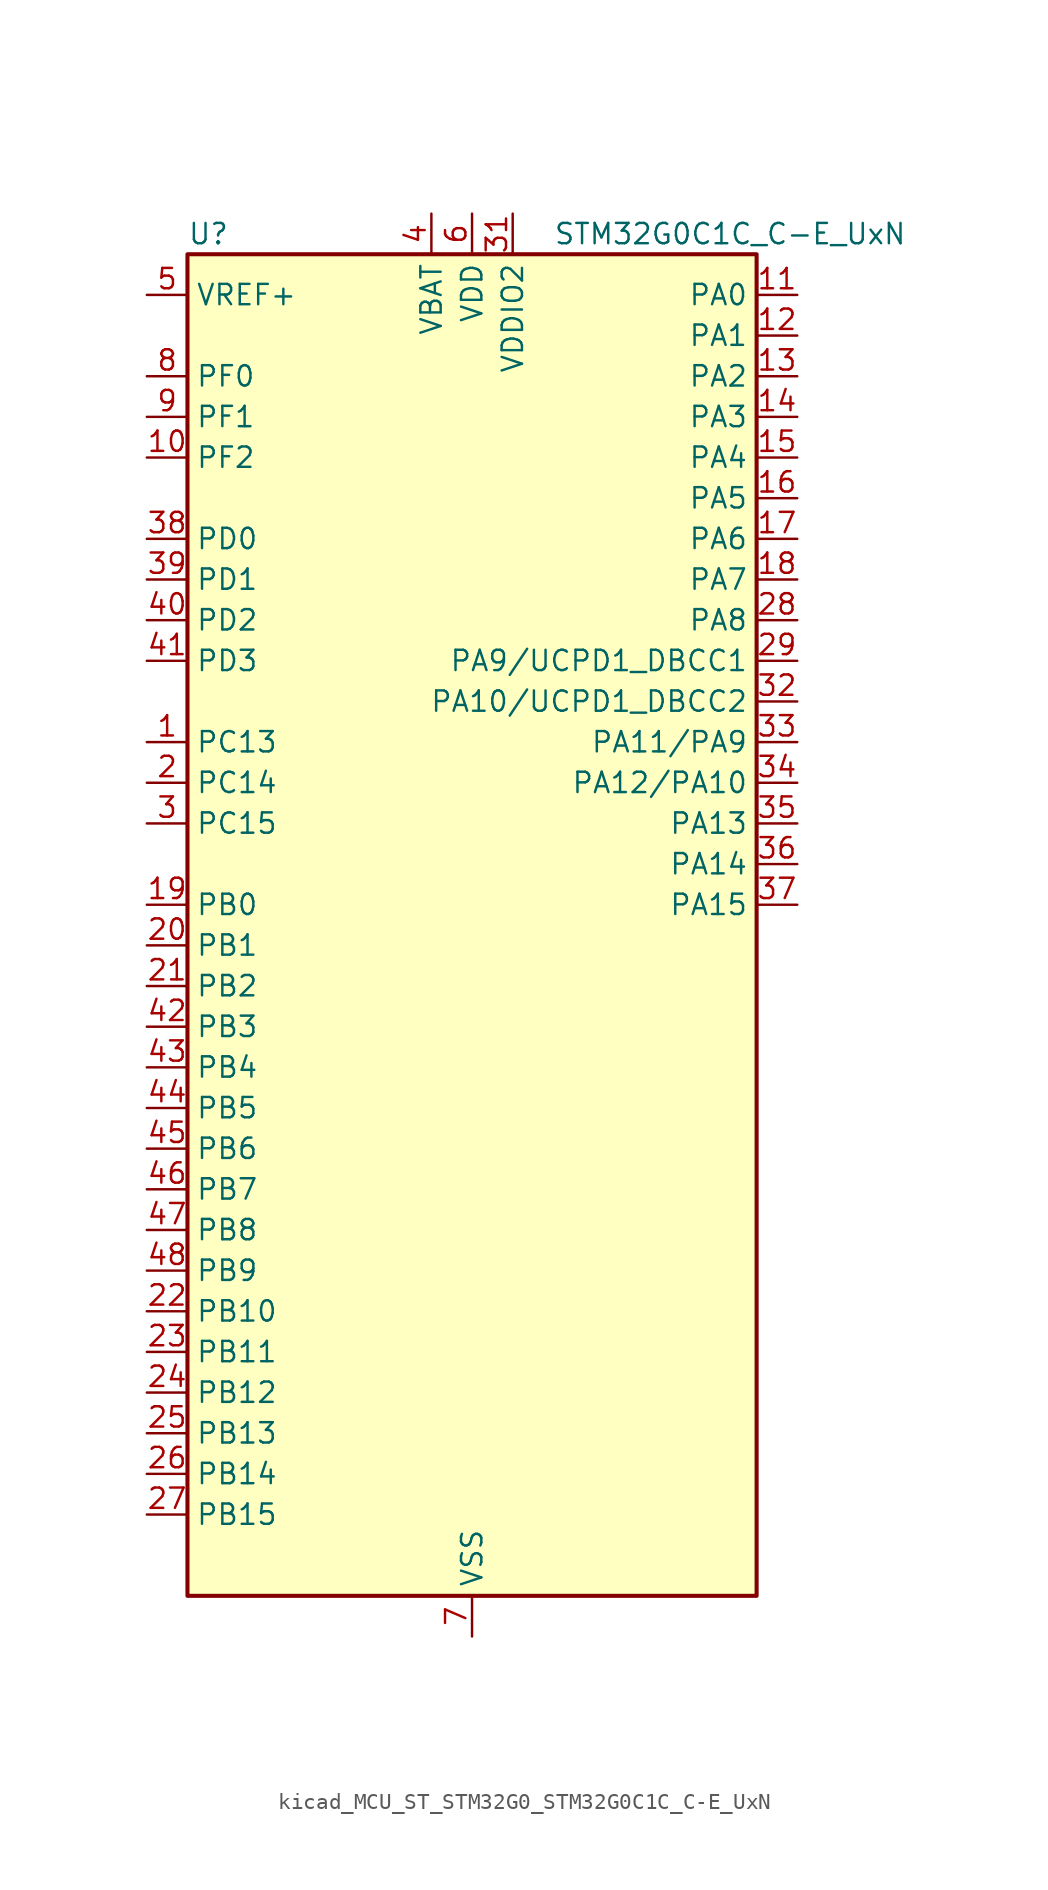
<source format=kicad_sym>
(kicad_symbol_lib
  (version 20220914)
  (generator kicad_symbol_editor)
  (symbol "kicad_MCU_ST_STM32G0_STM32G0C1C_C-E_UxN"
    (property "Reference" "U"
      (at -17.78 44.45 0)
      (effects (font (size 1.27 1.27)) (justify left)))
    (property "Value" "STM32G0C1C_C-E_UxN"
      (at 5.08 44.45 0)
      (effects (font (size 1.27 1.27)) (justify left)))
    (property "ki_locked" ""
      (at 0 0 0)
      (effects (font (size 1.27 1.27))))
    (symbol "kicad_MCU_ST_STM32G0_STM32G0C1C_C-E_UxN_0_1"
      (rectangle (start -17.78 -40.64) (end 17.78 43.18) (stroke (width 0.254) (type default)) (fill (type background))))
    (symbol "kicad_MCU_ST_STM32G0_STM32G0C1C_C-E_UxN_1_1"
      (pin bidirectional line (at -20.32 12.7 0) (length 2.54) (name "PC13" (effects (font (size 1.27 1.27)))) (number "1" (effects (font (size 1.27 1.27)))) (alternate "RTC_OUT1" bidirectional line) (alternate "RTC_TAMP_IN1" bidirectional line) (alternate "RTC_TS" bidirectional line) (alternate "SYS_WKUP2" bidirectional line) (alternate "TIM1_BK" bidirectional line))
      (pin bidirectional line (at -20.32 30.48 0) (length 2.54) (name "PF2" (effects (font (size 1.27 1.27)))) (number "10" (effects (font (size 1.27 1.27)))) (alternate "LPUART2_DE" bidirectional line) (alternate "LPUART2_RTS" bidirectional line) (alternate "LPUART2_TX" bidirectional line) (alternate "RCC_MCO" bidirectional line))
      (pin bidirectional line (at 20.32 40.64 180) (length 2.54) (name "PA0" (effects (font (size 1.27 1.27)))) (number "11" (effects (font (size 1.27 1.27)))) (alternate "ADC1_IN0" bidirectional line) (alternate "COMP1_INM" bidirectional line) (alternate "COMP1_OUT" bidirectional line) (alternate "I2S2_CK" bidirectional line) (alternate "LPTIM1_OUT" bidirectional line) (alternate "RTC_TAMP_IN2" bidirectional line) (alternate "SPI2_SCK" bidirectional line) (alternate "SYS_WKUP1" bidirectional line) (alternate "TIM2_CH1" bidirectional line) (alternate "TIM2_ETR" bidirectional line) (alternate "UCPD2_FRSTX1" bidirectional line) (alternate "UCPD2_FRSTX2" bidirectional line) (alternate "USART2_CTS" bidirectional line) (alternate "USART2_NSS" bidirectional line) (alternate "USART4_TX" bidirectional line))
      (pin bidirectional line (at 20.32 38.1 180) (length 2.54) (name "PA1" (effects (font (size 1.27 1.27)))) (number "12" (effects (font (size 1.27 1.27)))) (alternate "ADC1_IN1" bidirectional line) (alternate "COMP1_INP" bidirectional line) (alternate "I2C1_SMBA" bidirectional line) (alternate "I2S1_CK" bidirectional line) (alternate "SPI1_SCK" bidirectional line) (alternate "TIM15_CH1N" bidirectional line) (alternate "TIM2_CH2" bidirectional line) (alternate "USART2_CK" bidirectional line) (alternate "USART2_DE" bidirectional line) (alternate "USART2_RTS" bidirectional line) (alternate "USART4_RX" bidirectional line))
      (pin bidirectional line (at 20.32 35.56 180) (length 2.54) (name "PA2" (effects (font (size 1.27 1.27)))) (number "13" (effects (font (size 1.27 1.27)))) (alternate "ADC1_IN2" bidirectional line) (alternate "COMP2_INM" bidirectional line) (alternate "COMP2_OUT" bidirectional line) (alternate "I2S1_SD" bidirectional line) (alternate "LPUART1_TX" bidirectional line) (alternate "RCC_LSCO" bidirectional line) (alternate "SPI1_MOSI" bidirectional line) (alternate "SYS_WKUP4" bidirectional line) (alternate "TIM15_CH1" bidirectional line) (alternate "TIM2_CH3" bidirectional line) (alternate "UCPD1_FRSTX1" bidirectional line) (alternate "UCPD1_FRSTX2" bidirectional line) (alternate "USART2_TX" bidirectional line))
      (pin bidirectional line (at 20.32 33.02 180) (length 2.54) (name "PA3" (effects (font (size 1.27 1.27)))) (number "14" (effects (font (size 1.27 1.27)))) (alternate "ADC1_IN3" bidirectional line) (alternate "COMP2_INP" bidirectional line) (alternate "I2S2_MCK" bidirectional line) (alternate "LPUART1_RX" bidirectional line) (alternate "SPI2_MISO" bidirectional line) (alternate "TIM15_CH2" bidirectional line) (alternate "TIM2_CH4" bidirectional line) (alternate "UCPD2_FRSTX1" bidirectional line) (alternate "UCPD2_FRSTX2" bidirectional line) (alternate "USART2_RX" bidirectional line))
      (pin bidirectional line (at 20.32 30.48 180) (length 2.54) (name "PA4" (effects (font (size 1.27 1.27)))) (number "15" (effects (font (size 1.27 1.27)))) (alternate "ADC1_IN4" bidirectional line) (alternate "DAC1_OUT1" bidirectional line) (alternate "I2S1_WS" bidirectional line) (alternate "I2S2_SD" bidirectional line) (alternate "LPTIM2_OUT" bidirectional line) (alternate "RTC_OUT2" bidirectional line) (alternate "SPI1_NSS" bidirectional line) (alternate "SPI2_MOSI" bidirectional line) (alternate "SPI3_NSS" bidirectional line) (alternate "TIM14_CH1" bidirectional line) (alternate "UCPD2_FRSTX1" bidirectional line) (alternate "UCPD2_FRSTX2" bidirectional line) (alternate "USART6_TX" bidirectional line) (alternate "USB_NOE" bidirectional line))
      (pin bidirectional line (at 20.32 27.94 180) (length 2.54) (name "PA5" (effects (font (size 1.27 1.27)))) (number "16" (effects (font (size 1.27 1.27)))) (alternate "ADC1_IN5" bidirectional line) (alternate "CEC" bidirectional line) (alternate "DAC1_OUT2" bidirectional line) (alternate "I2S1_CK" bidirectional line) (alternate "LPTIM2_ETR" bidirectional line) (alternate "SPI1_SCK" bidirectional line) (alternate "TIM2_CH1" bidirectional line) (alternate "TIM2_ETR" bidirectional line) (alternate "UCPD1_FRSTX1" bidirectional line) (alternate "UCPD1_FRSTX2" bidirectional line) (alternate "USART3_TX" bidirectional line) (alternate "USART6_RX" bidirectional line))
      (pin bidirectional line (at 20.32 25.4 180) (length 2.54) (name "PA6" (effects (font (size 1.27 1.27)))) (number "17" (effects (font (size 1.27 1.27)))) (alternate "ADC1_IN6" bidirectional line) (alternate "COMP1_OUT" bidirectional line) (alternate "I2C2_SDA" bidirectional line) (alternate "I2C3_SDA" bidirectional line) (alternate "I2S1_MCK" bidirectional line) (alternate "LPUART1_CTS" bidirectional line) (alternate "SPI1_MISO" bidirectional line) (alternate "TIM16_CH1" bidirectional line) (alternate "TIM1_BK" bidirectional line) (alternate "TIM3_CH1" bidirectional line) (alternate "USART3_CTS" bidirectional line) (alternate "USART3_NSS" bidirectional line) (alternate "USART6_CTS" bidirectional line) (alternate "USART6_NSS" bidirectional line))
      (pin bidirectional line (at 20.32 22.86 180) (length 2.54) (name "PA7" (effects (font (size 1.27 1.27)))) (number "18" (effects (font (size 1.27 1.27)))) (alternate "ADC1_IN7" bidirectional line) (alternate "COMP2_OUT" bidirectional line) (alternate "I2C2_SCL" bidirectional line) (alternate "I2C3_SCL" bidirectional line) (alternate "I2S1_SD" bidirectional line) (alternate "SPI1_MOSI" bidirectional line) (alternate "TIM14_CH1" bidirectional line) (alternate "TIM17_CH1" bidirectional line) (alternate "TIM1_CH1N" bidirectional line) (alternate "TIM3_CH2" bidirectional line) (alternate "UCPD1_FRSTX1" bidirectional line) (alternate "UCPD1_FRSTX2" bidirectional line) (alternate "USART6_CK" bidirectional line) (alternate "USART6_DE" bidirectional line) (alternate "USART6_RTS" bidirectional line))
      (pin bidirectional line (at -20.32 2.54 0) (length 2.54) (name "PB0" (effects (font (size 1.27 1.27)))) (number "19" (effects (font (size 1.27 1.27)))) (alternate "ADC1_IN8" bidirectional line) (alternate "COMP1_OUT" bidirectional line) (alternate "COMP3_INP" bidirectional line) (alternate "FDCAN2_RX" bidirectional line) (alternate "I2S1_WS" bidirectional line) (alternate "LPTIM1_OUT" bidirectional line) (alternate "LPUART2_CTS" bidirectional line) (alternate "SPI1_NSS" bidirectional line) (alternate "TIM1_CH2N" bidirectional line) (alternate "TIM3_CH3" bidirectional line) (alternate "UCPD1_FRSTX1" bidirectional line) (alternate "UCPD1_FRSTX2" bidirectional line) (alternate "USART3_RX" bidirectional line) (alternate "USART5_TX" bidirectional line))
      (pin bidirectional line (at -20.32 10.16 0) (length 2.54) (name "PC14" (effects (font (size 1.27 1.27)))) (number "2" (effects (font (size 1.27 1.27)))) (alternate "RCC_OSC32_IN" bidirectional line) (alternate "TIM1_BK2" bidirectional line))
      (pin bidirectional line (at -20.32 0 0) (length 2.54) (name "PB1" (effects (font (size 1.27 1.27)))) (number "20" (effects (font (size 1.27 1.27)))) (alternate "ADC1_IN9" bidirectional line) (alternate "COMP1_INM" bidirectional line) (alternate "COMP3_OUT" bidirectional line) (alternate "FDCAN2_TX" bidirectional line) (alternate "LPTIM2_IN1" bidirectional line) (alternate "LPUART1_DE" bidirectional line) (alternate "LPUART1_RTS" bidirectional line) (alternate "LPUART2_DE" bidirectional line) (alternate "LPUART2_RTS" bidirectional line) (alternate "TIM14_CH1" bidirectional line) (alternate "TIM1_CH3N" bidirectional line) (alternate "TIM3_CH4" bidirectional line) (alternate "USART3_CK" bidirectional line) (alternate "USART3_DE" bidirectional line) (alternate "USART3_RTS" bidirectional line) (alternate "USART5_RX" bidirectional line))
      (pin bidirectional line (at -20.32 -2.54 0) (length 2.54) (name "PB2" (effects (font (size 1.27 1.27)))) (number "21" (effects (font (size 1.27 1.27)))) (alternate "ADC1_IN10" bidirectional line) (alternate "COMP1_INP" bidirectional line) (alternate "COMP3_INM" bidirectional line) (alternate "I2S2_MCK" bidirectional line) (alternate "LPTIM1_OUT" bidirectional line) (alternate "RCC_MCO_2" bidirectional line) (alternate "SPI2_MISO" bidirectional line) (alternate "USART3_TX" bidirectional line))
      (pin bidirectional line (at -20.32 -22.86 0) (length 2.54) (name "PB10" (effects (font (size 1.27 1.27)))) (number "22" (effects (font (size 1.27 1.27)))) (alternate "ADC1_IN11" bidirectional line) (alternate "CEC" bidirectional line) (alternate "COMP1_OUT" bidirectional line) (alternate "I2C2_SCL" bidirectional line) (alternate "I2S2_CK" bidirectional line) (alternate "LPUART1_RX" bidirectional line) (alternate "SPI2_SCK" bidirectional line) (alternate "TIM2_CH3" bidirectional line) (alternate "USART3_TX" bidirectional line))
      (pin bidirectional line (at -20.32 -25.4 0) (length 2.54) (name "PB11" (effects (font (size 1.27 1.27)))) (number "23" (effects (font (size 1.27 1.27)))) (alternate "ADC1_EXTI11" bidirectional line) (alternate "ADC1_IN15" bidirectional line) (alternate "COMP2_OUT" bidirectional line) (alternate "I2C2_SDA" bidirectional line) (alternate "I2S2_SD" bidirectional line) (alternate "LPUART1_TX" bidirectional line) (alternate "SPI2_MOSI" bidirectional line) (alternate "TIM2_CH4" bidirectional line) (alternate "USART3_RX" bidirectional line))
      (pin bidirectional line (at -20.32 -27.94 0) (length 2.54) (name "PB12" (effects (font (size 1.27 1.27)))) (number "24" (effects (font (size 1.27 1.27)))) (alternate "ADC1_IN16" bidirectional line) (alternate "FDCAN2_RX" bidirectional line) (alternate "I2C2_SMBA" bidirectional line) (alternate "I2S2_WS" bidirectional line) (alternate "LPUART1_DE" bidirectional line) (alternate "LPUART1_RTS" bidirectional line) (alternate "SPI2_NSS" bidirectional line) (alternate "TIM15_BK" bidirectional line) (alternate "TIM1_BK" bidirectional line) (alternate "UCPD2_FRSTX1" bidirectional line) (alternate "UCPD2_FRSTX2" bidirectional line))
      (pin bidirectional line (at -20.32 -30.48 0) (length 2.54) (name "PB13" (effects (font (size 1.27 1.27)))) (number "25" (effects (font (size 1.27 1.27)))) (alternate "FDCAN2_TX" bidirectional line) (alternate "I2C2_SCL" bidirectional line) (alternate "I2S2_CK" bidirectional line) (alternate "LPUART1_CTS" bidirectional line) (alternate "SPI2_SCK" bidirectional line) (alternate "TIM15_CH1N" bidirectional line) (alternate "TIM1_CH1N" bidirectional line) (alternate "USART3_CTS" bidirectional line) (alternate "USART3_NSS" bidirectional line))
      (pin bidirectional line (at -20.32 -33.02 0) (length 2.54) (name "PB14" (effects (font (size 1.27 1.27)))) (number "26" (effects (font (size 1.27 1.27)))) (alternate "I2C2_SDA" bidirectional line) (alternate "I2S2_MCK" bidirectional line) (alternate "SPI2_MISO" bidirectional line) (alternate "TIM15_CH1" bidirectional line) (alternate "TIM1_CH2N" bidirectional line) (alternate "UCPD1_FRSTX1" bidirectional line) (alternate "UCPD1_FRSTX2" bidirectional line) (alternate "USART3_CK" bidirectional line) (alternate "USART3_DE" bidirectional line) (alternate "USART3_RTS" bidirectional line) (alternate "USART6_CK" bidirectional line) (alternate "USART6_DE" bidirectional line) (alternate "USART6_RTS" bidirectional line))
      (pin bidirectional line (at -20.32 -35.56 0) (length 2.54) (name "PB15" (effects (font (size 1.27 1.27)))) (number "27" (effects (font (size 1.27 1.27)))) (alternate "I2S2_SD" bidirectional line) (alternate "RTC_REFIN" bidirectional line) (alternate "SPI2_MOSI" bidirectional line) (alternate "TIM15_CH1N" bidirectional line) (alternate "TIM15_CH2" bidirectional line) (alternate "TIM1_CH3N" bidirectional line) (alternate "UCPD1_CC2" bidirectional line) (alternate "USART6_CTS" bidirectional line) (alternate "USART6_NSS" bidirectional line))
      (pin bidirectional line (at 20.32 20.32 180) (length 2.54) (name "PA8" (effects (font (size 1.27 1.27)))) (number "28" (effects (font (size 1.27 1.27)))) (alternate "CRS1_SYNC" bidirectional line) (alternate "I2C2_SMBA" bidirectional line) (alternate "I2S2_WS" bidirectional line) (alternate "LPTIM2_OUT" bidirectional line) (alternate "RCC_MCO" bidirectional line) (alternate "SPI2_NSS" bidirectional line) (alternate "TIM1_CH1" bidirectional line) (alternate "UCPD1_CC1" bidirectional line))
      (pin bidirectional line (at 20.32 17.78 180) (length 2.54) (name "PA9/UCPD1_DBCC1" (effects (font (size 1.27 1.27)))) (number "29" (effects (font (size 1.27 1.27)))) (alternate "DAC1_EXTI9" bidirectional line) (alternate "I2C1_SCL" bidirectional line) (alternate "I2C2_SCL" bidirectional line) (alternate "I2S2_MCK" bidirectional line) (alternate "RCC_MCO" bidirectional line) (alternate "SPI2_MISO" bidirectional line) (alternate "TIM15_BK" bidirectional line) (alternate "TIM1_CH2" bidirectional line) (alternate "UCPD1_DBCC1" bidirectional line) (alternate "USART1_TX" bidirectional line))
      (pin bidirectional line (at -20.32 7.62 0) (length 2.54) (name "PC15" (effects (font (size 1.27 1.27)))) (number "3" (effects (font (size 1.27 1.27)))) (alternate "RCC_OSC32_EN" bidirectional line) (alternate "RCC_OSC32_OUT" bidirectional line) (alternate "RCC_OSC_EN" bidirectional line) (alternate "TIM15_BK" bidirectional line))
      (pin passive line (at 0 -43.18 90) (length 2.54) hide (name "VSS" (effects (font (size 1.27 1.27)))) (number "30" (effects (font (size 1.27 1.27)))))
      (pin power_in line (at 2.54 45.72 270) (length 2.54) (name "VDDIO2" (effects (font (size 1.27 1.27)))) (number "31" (effects (font (size 1.27 1.27)))))
      (pin bidirectional line (at 20.32 15.24 180) (length 2.54) (name "PA10/UCPD1_DBCC2" (effects (font (size 1.27 1.27)))) (number "32" (effects (font (size 1.27 1.27)))) (alternate "I2C1_SDA" bidirectional line) (alternate "I2C2_SDA" bidirectional line) (alternate "I2S2_SD" bidirectional line) (alternate "RCC_MCO_2" bidirectional line) (alternate "SPI2_MOSI" bidirectional line) (alternate "TIM17_BK" bidirectional line) (alternate "TIM1_CH3" bidirectional line) (alternate "UCPD1_DBCC2" bidirectional line) (alternate "USART1_RX" bidirectional line))
      (pin bidirectional line (at 20.32 12.7 180) (length 2.54) (name "PA11/PA9" (effects (font (size 1.27 1.27)))) (number "33" (effects (font (size 1.27 1.27)))) (alternate "ADC1_EXTI11" bidirectional line) (alternate "COMP1_OUT" bidirectional line) (alternate "FDCAN1_RX" bidirectional line) (alternate "I2C2_SCL" bidirectional line) (alternate "I2S1_MCK" bidirectional line) (alternate "SPI1_MISO" bidirectional line) (alternate "TIM1_BK2" bidirectional line) (alternate "TIM1_CH4" bidirectional line) (alternate "USART1_CTS" bidirectional line) (alternate "USART1_NSS" bidirectional line) (alternate "USB_DM" bidirectional line))
      (pin bidirectional line (at 20.32 10.16 180) (length 2.54) (name "PA12/PA10" (effects (font (size 1.27 1.27)))) (number "34" (effects (font (size 1.27 1.27)))) (alternate "COMP2_OUT" bidirectional line) (alternate "FDCAN1_TX" bidirectional line) (alternate "I2C2_SDA" bidirectional line) (alternate "I2S1_SD" bidirectional line) (alternate "I2S_CKIN" bidirectional line) (alternate "SPI1_MOSI" bidirectional line) (alternate "TIM1_ETR" bidirectional line) (alternate "USART1_CK" bidirectional line) (alternate "USART1_DE" bidirectional line) (alternate "USART1_RTS" bidirectional line) (alternate "USB_DP" bidirectional line))
      (pin bidirectional line (at 20.32 7.62 180) (length 2.54) (name "PA13" (effects (font (size 1.27 1.27)))) (number "35" (effects (font (size 1.27 1.27)))) (alternate "IR_OUT" bidirectional line) (alternate "LPUART2_RX" bidirectional line) (alternate "SYS_SWDIO" bidirectional line) (alternate "USB_NOE" bidirectional line))
      (pin bidirectional line (at 20.32 5.08 180) (length 2.54) (name "PA14" (effects (font (size 1.27 1.27)))) (number "36" (effects (font (size 1.27 1.27)))) (alternate "LPUART2_TX" bidirectional line) (alternate "SYS_SWCLK" bidirectional line) (alternate "USART2_TX" bidirectional line))
      (pin bidirectional line (at 20.32 2.54 180) (length 2.54) (name "PA15" (effects (font (size 1.27 1.27)))) (number "37" (effects (font (size 1.27 1.27)))) (alternate "I2C2_SMBA" bidirectional line) (alternate "I2S1_WS" bidirectional line) (alternate "RCC_MCO_2" bidirectional line) (alternate "SPI1_NSS" bidirectional line) (alternate "SPI3_NSS" bidirectional line) (alternate "TIM2_CH1" bidirectional line) (alternate "TIM2_ETR" bidirectional line) (alternate "USART2_RX" bidirectional line) (alternate "USART3_CK" bidirectional line) (alternate "USART3_DE" bidirectional line) (alternate "USART3_RTS" bidirectional line) (alternate "USART4_CK" bidirectional line) (alternate "USART4_DE" bidirectional line) (alternate "USART4_RTS" bidirectional line) (alternate "USB_NOE" bidirectional line))
      (pin bidirectional line (at -20.32 25.4 0) (length 2.54) (name "PD0" (effects (font (size 1.27 1.27)))) (number "38" (effects (font (size 1.27 1.27)))) (alternate "FDCAN1_RX" bidirectional line) (alternate "I2S2_WS" bidirectional line) (alternate "SPI2_NSS" bidirectional line) (alternate "TIM16_CH1" bidirectional line) (alternate "UCPD2_CC1" bidirectional line))
      (pin bidirectional line (at -20.32 22.86 0) (length 2.54) (name "PD1" (effects (font (size 1.27 1.27)))) (number "39" (effects (font (size 1.27 1.27)))) (alternate "FDCAN1_TX" bidirectional line) (alternate "I2S2_CK" bidirectional line) (alternate "SPI2_SCK" bidirectional line) (alternate "TIM17_CH1" bidirectional line) (alternate "UCPD2_DBCC1" bidirectional line))
      (pin power_in line (at -2.54 45.72 270) (length 2.54) (name "VBAT" (effects (font (size 1.27 1.27)))) (number "4" (effects (font (size 1.27 1.27)))))
      (pin bidirectional line (at -20.32 20.32 0) (length 2.54) (name "PD2" (effects (font (size 1.27 1.27)))) (number "40" (effects (font (size 1.27 1.27)))) (alternate "TIM1_CH1N" bidirectional line) (alternate "TIM3_ETR" bidirectional line) (alternate "UCPD2_CC2" bidirectional line) (alternate "USART3_CK" bidirectional line) (alternate "USART3_DE" bidirectional line) (alternate "USART3_RTS" bidirectional line) (alternate "USART5_RX" bidirectional line))
      (pin bidirectional line (at -20.32 17.78 0) (length 2.54) (name "PD3" (effects (font (size 1.27 1.27)))) (number "41" (effects (font (size 1.27 1.27)))) (alternate "I2S2_MCK" bidirectional line) (alternate "SPI2_MISO" bidirectional line) (alternate "TIM1_CH2N" bidirectional line) (alternate "UCPD2_DBCC2" bidirectional line) (alternate "USART2_CTS" bidirectional line) (alternate "USART2_NSS" bidirectional line) (alternate "USART5_TX" bidirectional line))
      (pin bidirectional line (at -20.32 -5.08 0) (length 2.54) (name "PB3" (effects (font (size 1.27 1.27)))) (number "42" (effects (font (size 1.27 1.27)))) (alternate "COMP2_INM" bidirectional line) (alternate "I2C2_SCL" bidirectional line) (alternate "I2C3_SCL" bidirectional line) (alternate "I2S1_CK" bidirectional line) (alternate "SPI1_SCK" bidirectional line) (alternate "SPI3_SCK" bidirectional line) (alternate "TIM1_CH2" bidirectional line) (alternate "TIM2_CH2" bidirectional line) (alternate "USART1_CK" bidirectional line) (alternate "USART1_DE" bidirectional line) (alternate "USART1_RTS" bidirectional line) (alternate "USART5_TX" bidirectional line))
      (pin bidirectional line (at -20.32 -7.62 0) (length 2.54) (name "PB4" (effects (font (size 1.27 1.27)))) (number "43" (effects (font (size 1.27 1.27)))) (alternate "COMP2_INP" bidirectional line) (alternate "I2C2_SDA" bidirectional line) (alternate "I2C3_SDA" bidirectional line) (alternate "I2S1_MCK" bidirectional line) (alternate "SPI1_MISO" bidirectional line) (alternate "SPI3_MISO" bidirectional line) (alternate "TIM17_BK" bidirectional line) (alternate "TIM3_CH1" bidirectional line) (alternate "USART1_CTS" bidirectional line) (alternate "USART1_NSS" bidirectional line) (alternate "USART5_RX" bidirectional line))
      (pin bidirectional line (at -20.32 -10.16 0) (length 2.54) (name "PB5" (effects (font (size 1.27 1.27)))) (number "44" (effects (font (size 1.27 1.27)))) (alternate "COMP2_OUT" bidirectional line) (alternate "FDCAN2_RX" bidirectional line) (alternate "I2C1_SMBA" bidirectional line) (alternate "I2S1_SD" bidirectional line) (alternate "LPTIM1_IN1" bidirectional line) (alternate "SPI1_MOSI" bidirectional line) (alternate "SPI3_MOSI" bidirectional line) (alternate "SYS_WKUP6" bidirectional line) (alternate "TIM16_BK" bidirectional line) (alternate "TIM3_CH2" bidirectional line) (alternate "USART5_CK" bidirectional line) (alternate "USART5_DE" bidirectional line) (alternate "USART5_RTS" bidirectional line))
      (pin bidirectional line (at -20.32 -12.7 0) (length 2.54) (name "PB6" (effects (font (size 1.27 1.27)))) (number "45" (effects (font (size 1.27 1.27)))) (alternate "COMP2_INP" bidirectional line) (alternate "FDCAN2_TX" bidirectional line) (alternate "I2C1_SCL" bidirectional line) (alternate "I2S2_MCK" bidirectional line) (alternate "LPTIM1_ETR" bidirectional line) (alternate "LPUART2_TX" bidirectional line) (alternate "SPI2_MISO" bidirectional line) (alternate "TIM16_CH1N" bidirectional line) (alternate "TIM1_CH3" bidirectional line) (alternate "TIM4_CH1" bidirectional line) (alternate "USART1_TX" bidirectional line) (alternate "USART5_CTS" bidirectional line) (alternate "USART5_NSS" bidirectional line))
      (pin bidirectional line (at -20.32 -15.24 0) (length 2.54) (name "PB7" (effects (font (size 1.27 1.27)))) (number "46" (effects (font (size 1.27 1.27)))) (alternate "COMP2_INM" bidirectional line) (alternate "I2C1_SDA" bidirectional line) (alternate "I2S2_SD" bidirectional line) (alternate "LPTIM1_IN2" bidirectional line) (alternate "LPUART2_RX" bidirectional line) (alternate "SPI2_MOSI" bidirectional line) (alternate "SYS_PVD_IN" bidirectional line) (alternate "TIM17_CH1N" bidirectional line) (alternate "TIM4_CH2" bidirectional line) (alternate "USART1_RX" bidirectional line) (alternate "USART4_CTS" bidirectional line) (alternate "USART4_NSS" bidirectional line))
      (pin bidirectional line (at -20.32 -17.78 0) (length 2.54) (name "PB8" (effects (font (size 1.27 1.27)))) (number "47" (effects (font (size 1.27 1.27)))) (alternate "CEC" bidirectional line) (alternate "FDCAN1_RX" bidirectional line) (alternate "I2C1_SCL" bidirectional line) (alternate "I2S2_CK" bidirectional line) (alternate "SPI2_SCK" bidirectional line) (alternate "TIM15_BK" bidirectional line) (alternate "TIM16_CH1" bidirectional line) (alternate "TIM4_CH3" bidirectional line) (alternate "USART3_TX" bidirectional line) (alternate "USART6_TX" bidirectional line))
      (pin bidirectional line (at -20.32 -20.32 0) (length 2.54) (name "PB9" (effects (font (size 1.27 1.27)))) (number "48" (effects (font (size 1.27 1.27)))) (alternate "DAC1_EXTI9" bidirectional line) (alternate "FDCAN1_TX" bidirectional line) (alternate "I2C1_SDA" bidirectional line) (alternate "I2S2_WS" bidirectional line) (alternate "IR_OUT" bidirectional line) (alternate "SPI2_NSS" bidirectional line) (alternate "TIM17_CH1" bidirectional line) (alternate "TIM4_CH4" bidirectional line) (alternate "UCPD2_FRSTX1" bidirectional line) (alternate "UCPD2_FRSTX2" bidirectional line) (alternate "USART3_RX" bidirectional line) (alternate "USART6_RX" bidirectional line))
      (pin passive line (at 0 -43.18 90) (length 2.54) hide (name "VSS" (effects (font (size 1.27 1.27)))) (number "49" (effects (font (size 1.27 1.27)))))
      (pin input line (at -20.32 40.64 0) (length 2.54) (name "VREF+" (effects (font (size 1.27 1.27)))) (number "5" (effects (font (size 1.27 1.27)))) (alternate "VREFBUF_OUT" bidirectional line))
      (pin power_in line (at 0 45.72 270) (length 2.54) (name "VDD" (effects (font (size 1.27 1.27)))) (number "6" (effects (font (size 1.27 1.27)))))
      (pin power_in line (at 0 -43.18 90) (length 2.54) (name "VSS" (effects (font (size 1.27 1.27)))) (number "7" (effects (font (size 1.27 1.27)))))
      (pin bidirectional line (at -20.32 35.56 0) (length 2.54) (name "PF0" (effects (font (size 1.27 1.27)))) (number "8" (effects (font (size 1.27 1.27)))) (alternate "CRS1_SYNC" bidirectional line) (alternate "RCC_OSC_IN" bidirectional line) (alternate "TIM14_CH1" bidirectional line))
      (pin bidirectional line (at -20.32 33.02 0) (length 2.54) (name "PF1" (effects (font (size 1.27 1.27)))) (number "9" (effects (font (size 1.27 1.27)))) (alternate "RCC_OSC_EN" bidirectional line) (alternate "RCC_OSC_OUT" bidirectional line) (alternate "TIM15_CH1N" bidirectional line)))))
</source>
